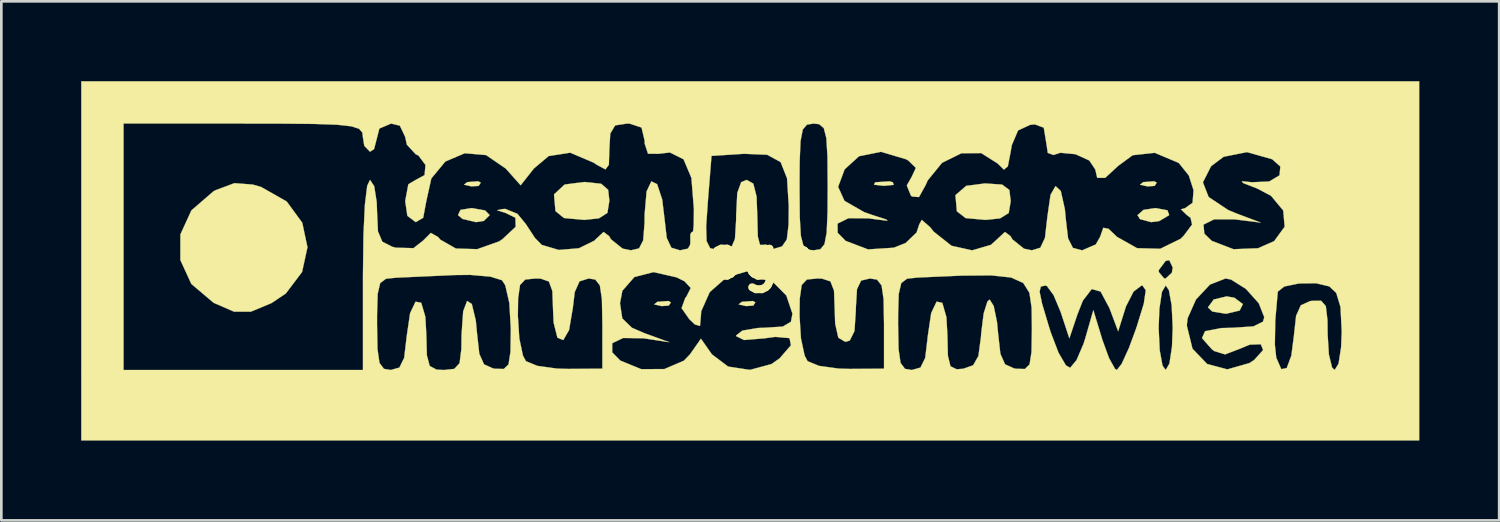
<source format=kicad_pcb>
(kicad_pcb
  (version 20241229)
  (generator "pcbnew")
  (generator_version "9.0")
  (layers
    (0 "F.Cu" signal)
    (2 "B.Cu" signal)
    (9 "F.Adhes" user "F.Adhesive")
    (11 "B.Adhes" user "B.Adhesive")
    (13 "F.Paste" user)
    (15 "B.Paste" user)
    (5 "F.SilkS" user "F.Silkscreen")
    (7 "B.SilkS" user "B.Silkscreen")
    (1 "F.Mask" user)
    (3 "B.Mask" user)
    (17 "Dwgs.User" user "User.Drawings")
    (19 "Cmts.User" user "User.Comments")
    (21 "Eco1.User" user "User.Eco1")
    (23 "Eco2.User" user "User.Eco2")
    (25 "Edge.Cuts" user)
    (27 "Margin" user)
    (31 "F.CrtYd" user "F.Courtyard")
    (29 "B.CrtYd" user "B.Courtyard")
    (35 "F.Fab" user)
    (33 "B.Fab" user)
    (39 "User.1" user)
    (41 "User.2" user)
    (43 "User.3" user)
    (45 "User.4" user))
  (footprint "logo"
    (layer "F.Cu")
    (at 25.14 6.62)
    (property "Reference" "logo" (at 0 0 0) (layer "F.SilkS") (effects (font (size 1.524 1.524) (thickness 0.3))))
    (attr through_hole)
    (fp_poly (pts (xy -10.126 -2.806) (xy -10.205 -2.685) (xy -10.473 -2.667) (xy -10.755 -2.731) (xy -10.633 -2.827) (xy -10.219 -2.858) (xy -10.126 -2.806)) (stroke (width 0.01) (type solid)) (fill yes) (layer "F.SilkS"))
    (fp_poly (pts (xy -2.982 1.692) (xy -3.061 1.812) (xy -3.329 1.831) (xy -3.612 1.767) (xy -3.489 1.671) (xy -3.076 1.64) (xy -2.982 1.692)) (stroke (width 0.01) (type solid)) (fill yes) (layer "F.SilkS"))
    (fp_poly (pts (xy 0.193 1.692) (xy 0.114 1.812) (xy -0.154 1.831) (xy -0.437 1.767) (xy -0.314 1.671) (xy 0.099 1.64) (xy 0.193 1.692)) (stroke (width 0.01) (type solid)) (fill yes) (layer "F.SilkS"))
    (fp_poly (pts (xy 5.358 -2.821) (xy 5.391 -2.724) (xy 5.027 -2.688) (xy 4.651 -2.729) (xy 4.696 -2.821) (xy 5.238 -2.856) (xy 5.358 -2.821)) (stroke (width 0.01) (type solid)) (fill yes) (layer "F.SilkS"))
    (fp_poly (pts (xy 15.274 -2.806) (xy 15.195 -2.685) (xy 14.927 -2.667) (xy 14.645 -2.731) (xy 14.767 -2.827) (xy 15.181 -2.858) (xy 15.274 -2.806)) (stroke (width 0.01) (type solid)) (fill yes) (layer "F.SilkS"))
    (fp_poly (pts (xy -9.962 -1.763) (xy -9.79 -1.587) (xy -10.01 -1.37) (xy -10.303 -1.323) (xy -10.81 -1.444) (xy -10.98 -1.587) (xy -10.887 -1.784) (xy -10.467 -1.852) (xy -9.962 -1.763)) (stroke (width 0.01) (type solid)) (fill yes) (layer "F.SilkS"))
    (fp_poly (pts (xy 15.679 -1.768) (xy 15.743 -1.587) (xy 15.37 -1.365) (xy 15.066 -1.323) (xy 14.644 -1.437) (xy 14.552 -1.587) (xy 14.779 -1.785) (xy 15.229 -1.852) (xy 15.679 -1.768)) (stroke (width 0.01) (type solid)) (fill yes) (layer "F.SilkS"))
    (fp_poly (pts (xy 18.19 1.516) (xy 18.512 1.757) (xy 18.39 1.999) (xy 17.893 2.116) (xy 17.859 2.117) (xy 17.362 2.036) (xy 17.198 1.88) (xy 17.416 1.583) (xy 17.901 1.467) (xy 18.19 1.516)) (stroke (width 0.01) (type solid)) (fill yes) (layer "F.SilkS"))
    (fp_poly (pts (xy -5.601 -2.765) (xy -5.339 -2.538) (xy -5.293 -2.13) (xy -5.366 -1.671) (xy -5.685 -1.467) (xy -6.234 -1.407) (xy -6.999 -1.478) (xy -7.319 -1.738) (xy -7.373 -2.365) (xy -6.974 -2.736) (xy -6.236 -2.832) (xy -5.601 -2.765)) (stroke (width 0.01) (type solid)) (fill yes) (layer "F.SilkS"))
    (fp_poly (pts (xy 9.465 -2.734) (xy 9.736 -2.531) (xy 9.788 -2.117) (xy 9.713 -1.666) (xy 9.387 -1.465) (xy 8.847 -1.407) (xy 8.094 -1.475) (xy 7.765 -1.729) (xy 7.71 -2.337) (xy 8.113 -2.685) (xy 8.82 -2.778) (xy 9.465 -2.734)) (stroke (width 0.01) (type solid)) (fill yes) (layer "F.SilkS"))
    (fp_poly (pts (xy -18.688 -2.734) (xy -18.373 -2.641) (xy -17.415 -2.097) (xy -16.833 -1.301) (xy -16.637 -0.378) (xy -16.84 0.55) (xy -17.451 1.358) (xy -17.986 1.717) (xy -18.765 2.042) (xy -19.397 2.04) (xy -20.155 1.711) (xy -20.168 1.704) (xy -21 1) (xy -21.413 0.101) (xy -21.412 -0.863) (xy -20.997 -1.766) (xy -20.171 -2.479) (xy -20.084 -2.526) (xy -19.379 -2.788) (xy -18.688 -2.734)) (stroke (width 0.01) (type solid)) (fill yes) (layer "F.SilkS"))
    (fp_poly (pts (xy 25.135 6.879) (xy -25.135 6.879) (xy -25.135 -5.027) (xy -23.548 -5.027) (xy -23.548 4.233) (xy -14.552 4.233) (xy -14.552 2.514) (xy -14.023 2.514) (xy -14.006 3.446) (xy -13.931 3.966) (xy -13.764 4.189) (xy -13.508 4.233) (xy -13.182 4.141) (xy -13.004 3.779) (xy -12.914 3.02) (xy -12.913 2.997) (xy -12.781 2.099) (xy -12.575 1.665) (xy -12.362 1.707) (xy -12.208 2.232) (xy -12.171 2.888) (xy -12.15 3.682) (xy -12.044 4.081) (xy -11.787 4.219) (xy -11.509 4.233) (xy -11.117 4.19) (xy -10.921 3.972) (xy -10.854 3.441) (xy -10.848 2.91) (xy -10.786 2.027) (xy -10.639 1.638) (xy -10.462 1.751) (xy -10.312 2.373) (xy -10.267 2.844) (xy -10.18 3.625) (xy -10.003 4.02) (xy -9.662 4.174) (xy -9.591 4.186) (xy -9.26 4.194) (xy -9.082 4.022) (xy -9.009 3.552) (xy -8.996 2.697) (xy -9.024 2.196) (xy -8.731 2.196) (xy -8.677 3.047) (xy -8.54 3.692) (xy -8.429 3.9) (xy -8.001 4.077) (xy -7.26 4.18) (xy -6.842 4.192) (xy -5.556 4.183) (xy -5.556 3.226) (xy -5.187 3.226) (xy -5.186 3.569) (xy -4.885 3.877) (xy -4.096 4.201) (xy -3.227 4.197) (xy -2.493 3.883) (xy -2.264 3.645) (xy -1.852 3.057) (xy -1.44 3.645) (xy -0.83 4.104) (xy -0.013 4.229) (xy 0.798 4.01) (xy 1.104 3.795) (xy 1.53 3.304) (xy 1.476 3.035) (xy 0.942 2.988) (xy 0.529 3.043) (xy -0.232 3.106) (xy -0.526 2.962) (xy -0.529 2.934) (xy -0.294 2.752) (xy 0.296 2.653) (xy 0.529 2.646) (xy 1.222 2.601) (xy 1.528 2.422) (xy 1.572 2.196) (xy 1.852 2.196) (xy 1.906 3.047) (xy 2.044 3.692) (xy 2.154 3.9) (xy 2.582 4.077) (xy 3.324 4.18) (xy 3.742 4.192) (xy 5.027 4.183) (xy 5.027 2.514) (xy 5.556 2.514) (xy 5.573 3.446) (xy 5.648 3.966) (xy 5.815 4.189) (xy 6.071 4.233) (xy 6.397 4.141) (xy 6.575 3.779) (xy 6.665 3.02) (xy 6.666 2.997) (xy 6.799 2.094) (xy 7.004 1.663) (xy 7.217 1.71) (xy 7.371 2.245) (xy 7.408 2.907) (xy 7.428 3.703) (xy 7.525 4.095) (xy 7.757 4.205) (xy 8.004 4.186) (xy 8.376 4.055) (xy 8.574 3.706) (xy 8.669 2.994) (xy 8.68 2.844) (xy 8.771 2.111) (xy 8.913 1.658) (xy 8.996 1.587) (xy 9.148 1.825) (xy 9.272 2.429) (xy 9.312 2.844) (xy 9.399 3.625) (xy 9.576 4.02) (xy 9.917 4.174) (xy 9.988 4.186) (xy 10.317 4.195) (xy 10.495 4.025) (xy 10.569 3.56) (xy 10.583 2.684) (xy 10.583 2.674) (xy 10.573 1.888) (xy 10.49 1.33) (xy 10.463 1.287) (xy 10.872 1.287) (xy 10.965 1.736) (xy 11.208 2.551) (xy 11.295 2.826) (xy 11.582 3.58) (xy 11.86 4.057) (xy 12.02 4.151) (xy 12.262 3.859) (xy 12.525 3.245) (xy 12.595 3.022) (xy 12.892 1.984) (xy 13.235 3.109) (xy 13.482 3.786) (xy 13.705 4.187) (xy 13.776 4.233) (xy 13.956 4.003) (xy 14.231 3.402) (xy 14.51 2.646) (xy 15.346 2.646) (xy 15.386 3.491) (xy 15.491 4.065) (xy 15.61 4.233) (xy 15.751 3.992) (xy 15.847 3.363) (xy 15.875 2.646) (xy 15.871 2.559) (xy 16.404 2.559) (xy 16.618 3.434) (xy 17.17 4.007) (xy 17.927 4.209) (xy 18.757 3.973) (xy 18.933 3.858) (xy 19.272 3.483) (xy 19.193 3.285) (xy 19.713 3.285) (xy 19.765 3.77) (xy 19.955 4.202) (xy 20.159 4.159) (xy 20.332 3.694) (xy 20.425 2.977) (xy 20.511 2.196) (xy 20.689 1.801) (xy 21.03 1.647) (xy 21.101 1.635) (xy 21.452 1.631) (xy 21.628 1.831) (xy 21.69 2.361) (xy 21.696 2.892) (xy 21.743 3.653) (xy 21.863 4.139) (xy 21.96 4.233) (xy 22.106 3.994) (xy 22.202 3.378) (xy 22.225 2.787) (xy 22.179 1.865) (xy 22.019 1.335) (xy 21.759 1.092) (xy 21.259 0.973) (xy 20.621 0.981) (xy 20.068 1.095) (xy 19.823 1.288) (xy 19.728 2.373) (xy 19.713 3.285) (xy 19.193 3.285) (xy 19.185 3.265) (xy 18.769 3.28) (xy 18.397 3.435) (xy 17.84 3.647) (xy 17.431 3.519) (xy 17.339 3.447) (xy 16.975 3.033) (xy 17.09 2.775) (xy 17.699 2.657) (xy 18.124 2.646) (xy 18.909 2.594) (xy 19.266 2.417) (xy 19.315 2.249) (xy 19.108 1.724) (xy 18.624 1.185) (xy 18.068 0.835) (xy 17.859 0.794) (xy 17.275 1.022) (xy 16.749 1.583) (xy 16.435 2.287) (xy 16.404 2.559) (xy 15.871 2.559) (xy 15.835 1.8) (xy 15.73 1.227) (xy 15.61 1.058) (xy 15.469 1.299) (xy 15.374 1.929) (xy 15.346 2.646) (xy 14.51 2.646) (xy 14.789 1.738) (xy 14.862 1.236) (xy 14.741 1.061) (xy 14.705 1.058) (xy 14.404 1.285) (xy 14.121 1.838) (xy 14.094 1.918) (xy 13.825 2.778) (xy 13.497 1.906) (xy 13.165 1.285) (xy 12.833 1.191) (xy 12.498 1.626) (xy 12.298 2.133) (xy 11.991 3.043) (xy 11.664 2.051) (xy 11.4 1.422) (xy 11.149 1.079) (xy 11.092 1.058) (xy 10.919 1.098) (xy 10.872 1.287) (xy 10.463 1.287) (xy 10.259 0.964) (xy 9.806 0.758) (xy 9.053 0.677) (xy 7.926 0.687) (xy 6.348 0.756) (xy 6.284 0.759) (xy 5.893 0.802) (xy 5.675 0.966) (xy 5.58 1.373) (xy 5.557 2.144) (xy 5.556 2.514) (xy 5.027 2.514) (xy 5.027 2.488) (xy 5.01 1.566) (xy 4.935 1.054) (xy 4.764 0.836) (xy 4.498 0.794) (xy 4.167 0.872) (xy 4.011 1.195) (xy 3.969 1.899) (xy 3.969 1.984) (xy 3.917 2.769) (xy 3.74 3.127) (xy 3.572 3.175) (xy 3.31 3.019) (xy 3.191 2.489) (xy 3.175 1.984) (xy 3.148 1.25) (xy 3.013 0.902) (xy 2.692 0.798) (xy 2.514 0.794) (xy 2.129 0.833) (xy 1.933 1.04) (xy 1.861 1.546) (xy 1.852 2.196) (xy 1.572 2.196) (xy 1.587 2.117) (xy 1.356 1.434) (xy 0.784 0.854) (xy 0.056 0.545) (xy 15.346 0.545) (xy 15.548 0.787) (xy 15.61 0.794) (xy 15.843 0.578) (xy 15.875 0.381) (xy 15.747 0.107) (xy 15.61 0.132) (xy 15.356 0.471) (xy 15.346 0.545) (xy 0.056 0.545) (xy 0.055 0.544) (xy -0.132 0.529) (xy -0.894 0.753) (xy -1.523 1.308) (xy -1.842 2.024) (xy -1.852 2.173) (xy -1.887 2.577) (xy -2.08 2.522) (xy -2.292 2.319) (xy -2.579 1.908) (xy -2.444 1.533) (xy -2.398 1.475) (xy -2.235 1.151) (xy -2.471 0.898) (xy -2.762 0.753) (xy -3.632 0.554) (xy -4.354 0.74) (xy -4.805 1.256) (xy -4.895 1.726) (xy -4.807 2.295) (xy -4.445 2.646) (xy -3.969 2.851) (xy -3.043 3.188) (xy -4.014 3.041) (xy -4.774 3.029) (xy -5.187 3.226) (xy -5.556 3.226) (xy -5.556 2.488) (xy -5.574 1.564) (xy -5.651 1.052) (xy -5.822 0.834) (xy -6.07 0.794) (xy -6.414 0.9) (xy -6.594 1.304) (xy -6.666 1.898) (xy -6.807 2.731) (xy -7.025 3.108) (xy -7.245 3.018) (xy -7.388 2.45) (xy -7.408 2.006) (xy -7.435 1.263) (xy -7.565 0.908) (xy -7.875 0.799) (xy -8.07 0.794) (xy -8.454 0.833) (xy -8.651 1.04) (xy -8.722 1.546) (xy -8.731 2.196) (xy -9.024 2.196) (xy -9.052 1.713) (xy -9.205 1.047) (xy -9.327 0.86) (xy -9.762 0.725) (xy -10.525 0.659) (xy -11.113 0.665) (xy -12.084 0.709) (xy -12.951 0.748) (xy -13.295 0.763) (xy -13.686 0.804) (xy -13.904 0.966) (xy -13.999 1.371) (xy -14.022 2.142) (xy -14.023 2.514) (xy -14.552 2.514) (xy -14.552 0.661) (xy -14.533 -0.847) (xy -14.479 -1.98) (xy -14.393 -2.685) (xy -14.287 -2.91) (xy -14.129 -2.674) (xy -14.035 -2.076) (xy -14.023 -1.725) (xy -13.988 -0.976) (xy -13.825 -0.589) (xy -13.45 -0.398) (xy -13.32 -0.363) (xy -12.654 -0.346) (xy -12.297 -0.625) (xy -12.002 -0.919) (xy -11.729 -0.764) (xy -11.644 -0.664) (xy -11.059 -0.331) (xy -10.257 -0.308) (xy -9.446 -0.595) (xy -9.319 -0.676) (xy -8.815 -1.146) (xy -8.823 -1.489) (xy -9.194 -1.67) (xy -9.512 -1.77) (xy -9.319 -1.813) (xy -9.204 -1.821) (xy -8.746 -1.634) (xy -8.436 -1.257) (xy -8.084 -0.722) (xy -7.832 -0.467) (xy -7.192 -0.278) (xy -6.437 -0.342) (xy -5.854 -0.628) (xy -5.807 -0.678) (xy -5.51 -0.955) (xy -5.302 -0.797) (xy -5.232 -0.678) (xy -4.797 -0.329) (xy -4.485 -0.265) (xy -4.177 -0.337) (xy -4.022 -0.64) (xy -3.971 -1.301) (xy -3.969 -1.61) (xy -3.894 -2.478) (xy -3.715 -2.855) (xy -3.498 -2.75) (xy -3.308 -2.174) (xy -3.227 -1.501) (xy -3.138 -0.731) (xy -2.963 -0.361) (xy -2.641 -0.265) (xy -2.631 -0.265) (xy -2.341 -0.328) (xy -2.185 -0.598) (xy -2.127 -1.173) (xy -1.656 -1.173) (xy -1.64 -0.61) (xy -1.506 -0.346) (xy -1.219 -0.269) (xy -1.014 -0.265) (xy -0.721 -0.35) (xy -0.575 -0.688) (xy -0.53 -1.405) (xy -0.529 -1.587) (xy -0.487 -2.419) (xy -0.34 -2.826) (xy -0.132 -2.91) (xy 0.116 -2.77) (xy 0.238 -2.285) (xy 0.265 -1.569) (xy 0.285 -0.781) (xy 0.385 -0.397) (xy 0.624 -0.292) (xy 0.86 -0.312) (xy 1.196 -0.411) (xy 1.374 -0.673) (xy 1.441 -1.232) (xy 1.448 -1.932) (xy 1.403 -2.646) (xy 1.852 -2.646) (xy 1.861 -1.514) (xy 1.902 -0.811) (xy 1.999 -0.436) (xy 2.173 -0.288) (xy 2.381 -0.265) (xy 2.633 -0.304) (xy 2.789 -0.491) (xy 2.872 -0.925) (xy 2.887 -1.269) (xy 3.281 -1.269) (xy 3.285 -0.923) (xy 3.582 -0.621) (xy 4.426 -0.299) (xy 5.393 -0.362) (xy 5.838 -0.538) (xy 6.251 -0.934) (xy 6.35 -1.236) (xy 6.445 -1.409) (xy 6.752 -1.141) (xy 6.898 -0.962) (xy 7.564 -0.435) (xy 8.339 -0.263) (xy 9.042 -0.469) (xy 9.274 -0.678) (xy 9.571 -0.955) (xy 9.78 -0.797) (xy 9.849 -0.678) (xy 10.286 -0.326) (xy 10.582 -0.265) (xy 10.9 -0.361) (xy 11.074 -0.732) (xy 11.163 -1.505) (xy 11.164 -1.521) (xy 11.285 -2.354) (xy 11.472 -2.677) (xy 11.669 -2.494) (xy 11.822 -1.811) (xy 11.855 -1.459) (xy 11.944 -0.709) (xy 12.125 -0.355) (xy 12.465 -0.265) (xy 12.475 -0.265) (xy 12.983 -0.484) (xy 13.146 -0.769) (xy 13.267 -1.111) (xy 13.461 -1.074) (xy 13.783 -0.769) (xy 14.537 -0.345) (xy 15.405 -0.322) (xy 16.172 -0.697) (xy 16.286 -0.81) (xy 16.603 -1.233) (xy 16.545 -1.487) (xy 16.394 -1.6) (xy 16.183 -1.804) (xy 16.338 -1.848) (xy 16.62 -2.049) (xy 16.658 -2.52) (xy 16.563 -2.819) (xy 17.009 -2.819) (xy 17.225 -2.267) (xy 17.958 -1.779) (xy 18.282 -1.645) (xy 19.182 -1.306) (xy 18.195 -1.429) (xy 17.428 -1.428) (xy 17.031 -1.23) (xy 17.063 -0.89) (xy 17.34 -0.621) (xy 18.158 -0.306) (xy 19.081 -0.342) (xy 19.686 -0.61) (xy 20.081 -1.151) (xy 20.027 -1.762) (xy 19.567 -2.314) (xy 19.05 -2.587) (xy 18.521 -2.793) (xy 18.474 -2.861) (xy 18.85 -2.822) (xy 19.502 -2.851) (xy 19.888 -3.082) (xy 19.919 -3.413) (xy 19.614 -3.686) (xy 18.668 -3.954) (xy 17.789 -3.78) (xy 17.316 -3.424) (xy 17.009 -2.819) (xy 16.563 -2.819) (xy 16.48 -3.076) (xy 16.114 -3.533) (xy 16.081 -3.557) (xy 15.2 -3.928) (xy 14.37 -3.838) (xy 13.829 -3.44) (xy 13.336 -2.986) (xy 13.038 -2.987) (xy 12.965 -3.302) (xy 12.74 -3.64) (xy 12.223 -3.876) (xy 11.653 -3.93) (xy 11.392 -3.846) (xy 11.181 -3.926) (xy 11.113 -4.368) (xy 11.03 -4.872) (xy 10.695 -4.997) (xy 10.517 -4.979) (xy 10.063 -4.769) (xy 9.828 -4.215) (xy 9.79 -3.992) (xy 9.679 -3.418) (xy 9.533 -3.297) (xy 9.294 -3.529) (xy 8.678 -3.918) (xy 7.931 -3.91) (xy 7.208 -3.553) (xy 6.668 -2.892) (xy 6.592 -2.719) (xy 6.341 -2.265) (xy 6.079 -2.285) (xy 6.034 -2.327) (xy 5.883 -2.702) (xy 6.061 -3.013) (xy 6.223 -3.362) (xy 5.936 -3.641) (xy 5.855 -3.686) (xy 4.916 -3.966) (xy 4.086 -3.799) (xy 3.547 -3.306) (xy 3.302 -2.649) (xy 3.541 -2.123) (xy 4.282 -1.699) (xy 4.597 -1.589) (xy 5.112 -1.423) (xy 5.157 -1.376) (xy 4.708 -1.43) (xy 4.452 -1.466) (xy 3.692 -1.471) (xy 3.281 -1.269) (xy 2.887 -1.269) (xy 2.905 -1.707) (xy 2.91 -2.646) (xy 2.902 -3.777) (xy 2.86 -4.48) (xy 2.764 -4.856) (xy 2.59 -5.004) (xy 2.381 -5.027) (xy 2.13 -4.987) (xy 1.974 -4.801) (xy 1.89 -4.367) (xy 1.857 -3.585) (xy 1.852 -2.646) (xy 1.403 -2.646) (xy 1.383 -2.97) (xy 1.142 -3.58) (xy 0.636 -3.855) (xy -0.225 -3.891) (xy -0.397 -3.881) (xy -1.455 -3.812) (xy -1.588 -2.149) (xy -1.656 -1.173) (xy -2.127 -1.173) (xy -2.125 -1.197) (xy -2.117 -1.82) (xy -2.211 -2.987) (xy -2.506 -3.685) (xy -3.018 -3.941) (xy -3.438 -3.892) (xy -3.841 -3.893) (xy -3.966 -4.272) (xy -3.969 -4.39) (xy -4.084 -4.877) (xy -4.529 -5.025) (xy -4.63 -5.027) (xy -5.075 -4.959) (xy -5.259 -4.653) (xy -5.292 -4.086) (xy -5.312 -3.476) (xy -5.44 -3.305) (xy -5.775 -3.484) (xy -5.88 -3.557) (xy -6.764 -3.933) (xy -7.574 -3.806) (xy -8.13 -3.338) (xy -8.626 -2.708) (xy -9.188 -3.338) (xy -9.925 -3.843) (xy -10.726 -3.912) (xy -11.456 -3.601) (xy -11.983 -2.965) (xy -12.171 -2.117) (xy -12.289 -1.487) (xy -12.568 -1.323) (xy -12.883 -1.56) (xy -12.965 -2.117) (xy -12.846 -2.747) (xy -12.568 -2.91) (xy -12.237 -3.09) (xy -12.203 -3.473) (xy -12.464 -3.822) (xy -12.568 -3.873) (xy -12.902 -4.234) (xy -12.965 -4.526) (xy -13.165 -4.948) (xy -13.494 -5.027) (xy -13.936 -4.84) (xy -14.023 -4.498) (xy -14.134 -4.068) (xy -14.287 -3.969) (xy -14.502 -4.19) (xy -14.552 -4.498) (xy -14.576 -4.691) (xy -14.696 -4.83) (xy -14.986 -4.924) (xy -15.521 -4.983) (xy -16.373 -5.013) (xy -17.618 -5.025) (xy -19.05 -5.027) (xy -23.548 -5.027) (xy -25.135 -5.027) (xy -25.135 -6.615) (xy 25.135 -6.615) (xy 25.135 6.879)) (stroke (width 0.01) (type solid)) (fill yes) (layer "F.SilkS")))
  (gr_rect
    (start -3 -3)
    (end 53.281 16.504)
    (stroke (width 0.1) (type default))
    (fill no)
    (layer "Edge.Cuts")))
</source>
